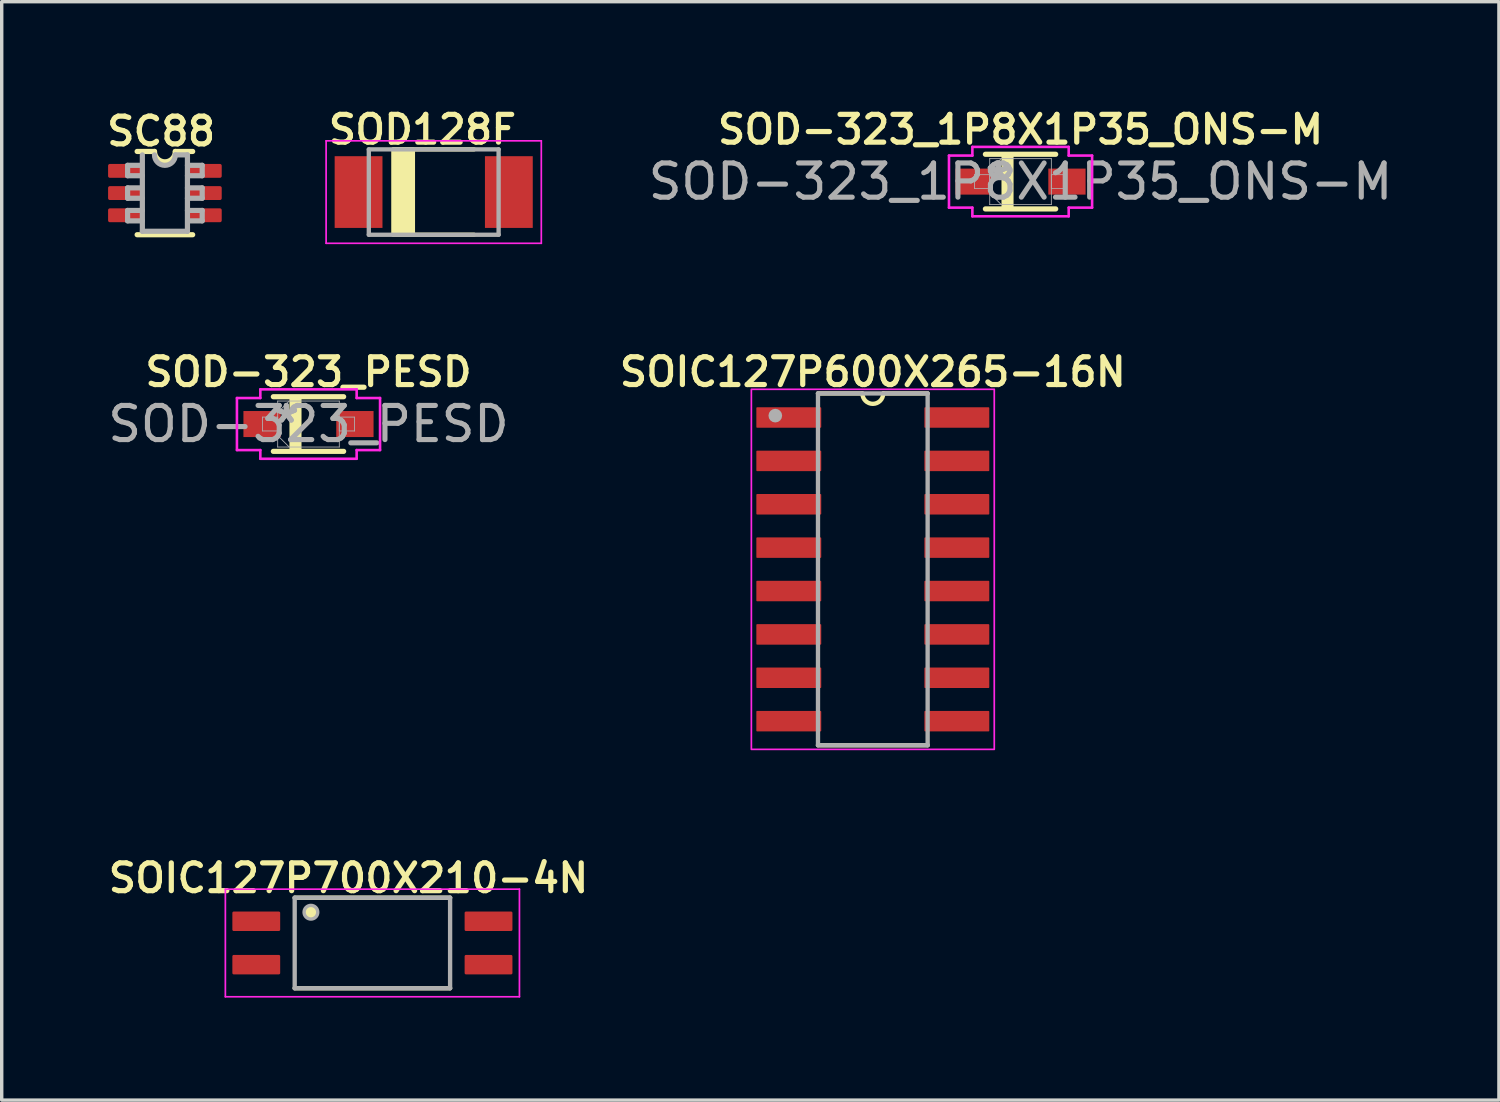
<source format=kicad_pcb>
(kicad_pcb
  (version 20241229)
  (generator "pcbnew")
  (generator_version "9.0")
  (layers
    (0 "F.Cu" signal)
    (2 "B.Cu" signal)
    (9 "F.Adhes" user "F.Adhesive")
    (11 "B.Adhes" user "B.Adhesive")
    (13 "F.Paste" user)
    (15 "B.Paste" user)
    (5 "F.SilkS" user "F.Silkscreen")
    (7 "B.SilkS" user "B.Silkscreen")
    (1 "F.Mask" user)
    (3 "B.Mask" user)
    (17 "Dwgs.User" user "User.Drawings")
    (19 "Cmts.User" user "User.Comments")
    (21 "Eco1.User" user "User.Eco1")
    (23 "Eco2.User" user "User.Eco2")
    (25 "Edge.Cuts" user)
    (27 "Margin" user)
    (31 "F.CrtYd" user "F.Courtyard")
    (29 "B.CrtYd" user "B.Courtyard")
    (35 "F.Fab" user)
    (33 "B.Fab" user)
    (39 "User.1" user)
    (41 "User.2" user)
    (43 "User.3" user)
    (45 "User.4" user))
  (footprint "SC88"
    (layer "F.Cu")
    (at 1.778 2.603)
    (property "Reference" "SC88" (at -1.778 -1.333 0) (layer "F.SilkS") (effects (font (size 0.813 0.813) (thickness 0.152) (bold yes)) (justify left bottom)))
    (attr smd)
    (fp_line (start -0.813 1.219) (end 0.813 1.219) (stroke (width 0.152) (type solid)) (layer "F.SilkS"))
    (fp_line (start -0.305 -1.219) (end -0.813 -1.219) (stroke (width 0.152) (type solid)) (layer "F.SilkS"))
    (fp_line (start 0.813 -1.219) (end 0.305 -1.219) (stroke (width 0.152) (type solid)) (layer "F.SilkS"))
    (fp_arc (start 0.3048 -1.2192) (mid 0 -0.9144) (end -0.3048 -1.2192) (stroke (width 0.1524) (type solid)) (layer "F.SilkS"))
    (fp_line (start -1.092 -0.813) (end -1.092 -0.508) (stroke (width 0.152) (type solid)) (layer "F.Fab"))
    (fp_line (start -1.092 -0.508) (end -0.66 -0.508) (stroke (width 0.152) (type solid)) (layer "F.Fab"))
    (fp_line (start -1.092 -0.152) (end -1.092 0.152) (stroke (width 0.152) (type solid)) (layer "F.Fab"))
    (fp_line (start -1.092 0.152) (end -0.66 0.152) (stroke (width 0.152) (type solid)) (layer "F.Fab"))
    (fp_line (start -1.092 0.508) (end -1.092 0.813) (stroke (width 0.152) (type solid)) (layer "F.Fab"))
    (fp_line (start -1.092 0.813) (end -0.66 0.813) (stroke (width 0.152) (type solid)) (layer "F.Fab"))
    (fp_line (start -0.686 -0.813) (end -1.092 -0.813) (stroke (width 0.152) (type solid)) (layer "F.Fab"))
    (fp_line (start -0.686 -0.152) (end -1.092 -0.152) (stroke (width 0.152) (type solid)) (layer "F.Fab"))
    (fp_line (start -0.66 -1.118) (end -0.66 1.118) (stroke (width 0.152) (type solid)) (layer "F.Fab"))
    (fp_line (start -0.66 0.508) (end -1.092 0.508) (stroke (width 0.152) (type solid)) (layer "F.Fab"))
    (fp_line (start -0.66 1.118) (end 0.66 1.118) (stroke (width 0.152) (type solid)) (layer "F.Fab"))
    (fp_line (start 0.66 -1.118) (end 0.305 -1.118) (stroke (width 0.152) (type solid)) (layer "F.Fab"))
    (fp_line (start 0.66 -0.508) (end 1.092 -0.508) (stroke (width 0.152) (type solid)) (layer "F.Fab"))
    (fp_line (start 0.66 0.152) (end 1.092 0.152) (stroke (width 0.152) (type solid)) (layer "F.Fab"))
    (fp_line (start 0.66 1.118) (end 0.66 -1.118) (stroke (width 0.152) (type solid)) (layer "F.Fab"))
    (fp_line (start 0.686 0.813) (end 1.092 0.813) (stroke (width 0.152) (type solid)) (layer "F.Fab"))
    (fp_line (start 1.092 -0.813) (end 0.66 -0.813) (stroke (width 0.152) (type solid)) (layer "F.Fab"))
    (fp_line (start 1.092 -0.508) (end 1.092 -0.813) (stroke (width 0.152) (type solid)) (layer "F.Fab"))
    (fp_line (start 1.092 -0.152) (end 0.66 -0.152) (stroke (width 0.152) (type solid)) (layer "F.Fab"))
    (fp_line (start 1.092 0.152) (end 1.092 -0.152) (stroke (width 0.152) (type solid)) (layer "F.Fab"))
    (fp_line (start 1.092 0.508) (end 0.66 0.508) (stroke (width 0.152) (type solid)) (layer "F.Fab"))
    (fp_line (start 1.092 0.813) (end 1.092 0.508) (stroke (width 0.152) (type solid)) (layer "F.Fab"))
    (fp_arc (start 0.3048 -1.1176) (mid 0 -0.8128) (end -0.3048 -1.1176) (stroke (width 0.1524) (type solid)) (layer "F.Fab"))
    (pad "1" smd roundrect (at -1.168 -0.65) (size 0.991 0.406) (layers "F.Cu" "F.Mask" "F.Paste") (roundrect_rratio 0.125))
    (pad "2" smd roundrect (at -1.168 0) (size 0.991 0.406) (layers "F.Cu" "F.Mask" "F.Paste") (roundrect_rratio 0.125))
    (pad "3" smd roundrect (at -1.168 0.65) (size 0.991 0.406) (layers "F.Cu" "F.Mask" "F.Paste") (roundrect_rratio 0.125))
    (pad "4" smd roundrect (at 1.168 0.65) (size 0.991 0.406) (layers "F.Cu" "F.Mask" "F.Paste") (roundrect_rratio 0.125))
    (pad "5" smd roundrect (at 1.168 0) (size 0.991 0.406) (layers "F.Cu" "F.Mask" "F.Paste") (roundrect_rratio 0.125))
    (pad "6" smd roundrect (at 1.168 -0.65) (size 0.991 0.406) (layers "F.Cu" "F.Mask" "F.Paste") (roundrect_rratio 0.125)))
  (footprint "SOIC127P600X265-16N"
    (layer "F.Cu")
    (at 22.504 13.619)
    (property "Reference" "SOIC127P600X265-16N" (at 0 -5.779 0) (layer "F.SilkS") (effects (font (size 0.813 0.813) (thickness 0.152) (bold yes))))
    (attr smd)
    (fp_line (start -1.605 -5.15) (end -0.305 -5.15) (stroke (width 0.127) (type solid)) (layer "F.SilkS"))
    (fp_line (start -1.605 5.15) (end 1.605 5.15) (stroke (width 0.127) (type solid)) (layer "F.SilkS"))
    (fp_line (start 1.605 -5.15) (end 0.305 -5.15) (stroke (width 0.127) (type solid)) (layer "F.SilkS"))
    (fp_arc (start 0.3048 -5.15) (mid 0 -4.8452) (end -0.3048 -5.15) (stroke (width 0.127) (type solid)) (layer "F.SilkS"))
    (fp_rect (start -3.556 -5.271) (end 3.556 5.271) (stroke (width 0.05) (type default)) (fill no) (layer "F.CrtYd"))
    (fp_line (start -1.605 -5.15) (end -1.605 5.15) (stroke (width 0.127) (type solid)) (layer "F.Fab"))
    (fp_line (start -1.605 5.15) (end 1.605 5.15) (stroke (width 0.127) (type solid)) (layer "F.Fab"))
    (fp_line (start 1.605 -5.15) (end -1.605 -5.15) (stroke (width 0.127) (type solid)) (layer "F.Fab"))
    (fp_line (start 1.605 5.15) (end 1.605 -5.15) (stroke (width 0.127) (type solid)) (layer "F.Fab"))
    (fp_circle (center -2.855 -4.5) (end -2.755 -4.5) (stroke (width 0.2) (type solid)) (fill no) (layer "F.Fab"))
    (pad "1" smd roundrect (at -2.46 -4.445) (size 1.9 0.6) (layers "F.Cu" "F.Mask" "F.Paste") (roundrect_rratio 0.04))
    (pad "2" smd roundrect (at -2.46 -3.175) (size 1.9 0.6) (layers "F.Cu" "F.Mask" "F.Paste") (roundrect_rratio 0.04))
    (pad "3" smd roundrect (at -2.46 -1.905) (size 1.9 0.6) (layers "F.Cu" "F.Mask" "F.Paste") (roundrect_rratio 0.04))
    (pad "4" smd roundrect (at -2.46 -0.635) (size 1.9 0.6) (layers "F.Cu" "F.Mask" "F.Paste") (roundrect_rratio 0.04))
    (pad "5" smd roundrect (at -2.46 0.635) (size 1.9 0.6) (layers "F.Cu" "F.Mask" "F.Paste") (roundrect_rratio 0.04))
    (pad "6" smd roundrect (at -2.46 1.905) (size 1.9 0.6) (layers "F.Cu" "F.Mask" "F.Paste") (roundrect_rratio 0.04))
    (pad "7" smd roundrect (at -2.46 3.175) (size 1.9 0.6) (layers "F.Cu" "F.Mask" "F.Paste") (roundrect_rratio 0.04))
    (pad "8" smd roundrect (at -2.46 4.445) (size 1.9 0.6) (layers "F.Cu" "F.Mask" "F.Paste") (roundrect_rratio 0.04))
    (pad "9" smd roundrect (at 2.46 4.445) (size 1.9 0.6) (layers "F.Cu" "F.Mask" "F.Paste") (roundrect_rratio 0.04))
    (pad "10" smd roundrect (at 2.46 3.175) (size 1.9 0.6) (layers "F.Cu" "F.Mask" "F.Paste") (roundrect_rratio 0.04))
    (pad "11" smd roundrect (at 2.46 1.905) (size 1.9 0.6) (layers "F.Cu" "F.Mask" "F.Paste") (roundrect_rratio 0.04))
    (pad "12" smd roundrect (at 2.46 0.635) (size 1.9 0.6) (layers "F.Cu" "F.Mask" "F.Paste") (roundrect_rratio 0.04))
    (pad "13" smd roundrect (at 2.46 -0.635) (size 1.9 0.6) (layers "F.Cu" "F.Mask" "F.Paste") (roundrect_rratio 0.04))
    (pad "14" smd roundrect (at 2.46 -1.905) (size 1.9 0.6) (layers "F.Cu" "F.Mask" "F.Paste") (roundrect_rratio 0.04))
    (pad "15" smd roundrect (at 2.46 -3.175) (size 1.9 0.6) (layers "F.Cu" "F.Mask" "F.Paste") (roundrect_rratio 0.04))
    (pad "16" smd roundrect (at 2.46 -4.445) (size 1.9 0.6) (layers "F.Cu" "F.Mask" "F.Paste") (roundrect_rratio 0.04)))
  (footprint "SOD-323_PESD"
    (layer "F.Cu")
    (at 5.982 9.365)
    (property "Reference" "SOD-323_PESD" (at 0 -1.524 0) (unlocked yes) (layer "F.SilkS") (effects (font (size 0.813 0.813) (thickness 0.152))))
    (attr smd)
    (fp_line (start -1.029 0.8) (end 1.029 0.8) (stroke (width 0.152) (type solid)) (layer "F.SilkS"))
    (fp_line (start 1.029 -0.8) (end -1.029 -0.8) (stroke (width 0.152) (type solid)) (layer "F.SilkS"))
    (fp_rect (start -0.508 -0.762) (end -0.254 0.762) (stroke (width 0.1) (type solid)) (fill yes) (layer "F.SilkS"))
    (fp_line (start -2.095 -0.762) (end -1.41 -0.762) (stroke (width 0.076) (type solid)) (layer "F.CrtYd"))
    (fp_line (start -2.095 0.762) (end -2.095 -0.762) (stroke (width 0.076) (type solid)) (layer "F.CrtYd"))
    (fp_line (start -1.41 -1.016) (end 1.41 -1.016) (stroke (width 0.076) (type solid)) (layer "F.CrtYd"))
    (fp_line (start -1.41 -0.762) (end -1.41 -1.016) (stroke (width 0.076) (type solid)) (layer "F.CrtYd"))
    (fp_line (start -1.41 0.762) (end -2.095 0.762) (stroke (width 0.076) (type solid)) (layer "F.CrtYd"))
    (fp_line (start -1.41 1.016) (end -1.41 0.762) (stroke (width 0.076) (type solid)) (layer "F.CrtYd"))
    (fp_line (start 1.41 -1.016) (end 1.41 -0.762) (stroke (width 0.076) (type solid)) (layer "F.CrtYd"))
    (fp_line (start 1.41 -0.762) (end 2.095 -0.762) (stroke (width 0.076) (type solid)) (layer "F.CrtYd"))
    (fp_line (start 1.41 0.762) (end 1.41 1.016) (stroke (width 0.076) (type solid)) (layer "F.CrtYd"))
    (fp_line (start 1.41 1.016) (end -1.41 1.016) (stroke (width 0.076) (type solid)) (layer "F.CrtYd"))
    (fp_line (start 2.095 -0.762) (end 2.095 0.762) (stroke (width 0.076) (type solid)) (layer "F.CrtYd"))
    (fp_line (start 2.095 0.762) (end 1.41 0.762) (stroke (width 0.076) (type solid)) (layer "F.CrtYd"))
    (fp_line (start -1.346 -0.203) (end -1.346 0.203) (stroke (width 0.025) (type solid)) (layer "F.Fab"))
    (fp_line (start -1.346 0.203) (end -0.902 0.203) (stroke (width 0.025) (type solid)) (layer "F.Fab"))
    (fp_line (start -0.902 -0.673) (end -0.902 0.673) (stroke (width 0.025) (type solid)) (layer "F.Fab"))
    (fp_line (start -0.902 -0.337) (end -0.565 -0.673) (stroke (width 0.025) (type solid)) (layer "F.Fab"))
    (fp_line (start -0.902 -0.203) (end -1.346 -0.203) (stroke (width 0.025) (type solid)) (layer "F.Fab"))
    (fp_line (start -0.902 0.203) (end -0.902 -0.203) (stroke (width 0.025) (type solid)) (layer "F.Fab"))
    (fp_line (start -0.902 0.337) (end -0.565 0.673) (stroke (width 0.025) (type solid)) (layer "F.Fab"))
    (fp_line (start -0.902 0.673) (end 0.902 0.673) (stroke (width 0.025) (type solid)) (layer "F.Fab"))
    (fp_line (start 0.902 -0.673) (end -0.902 -0.673) (stroke (width 0.025) (type solid)) (layer "F.Fab"))
    (fp_line (start 0.902 -0.203) (end 0.902 0.203) (stroke (width 0.025) (type solid)) (layer "F.Fab"))
    (fp_line (start 0.902 0.203) (end 1.346 0.203) (stroke (width 0.025) (type solid)) (layer "F.Fab"))
    (fp_line (start 0.902 0.673) (end 0.902 -0.673) (stroke (width 0.025) (type solid)) (layer "F.Fab"))
    (fp_line (start 1.346 -0.203) (end 0.902 -0.203) (stroke (width 0.025) (type solid)) (layer "F.Fab"))
    (fp_line (start 1.346 0.203) (end 1.346 -0.203) (stroke (width 0.025) (type solid)) (layer "F.Fab"))
    (fp_text user "${REFERENCE}" (at 0 0 0) (unlocked yes) (layer "F.Fab") (effects (font (size 1 1) (thickness 0.15))))
    (fp_text user "*" (at -0.648 0 0) (unlocked yes) (layer "F.Fab") (effects (font (size 1 1) (thickness 0.15))))
    (fp_text user "*" (at -0.648 0 0) (layer "F.Fab") (effects (font (size 1 1) (thickness 0.15))))
    (pad "C1" smd rect (at -1.359 0) (size 1.092 0.762) (layers "F.Cu" "F.Mask" "F.Paste"))
    (pad "C2" smd rect (at 1.359 0) (size 1.092 0.762) (layers "F.Cu" "F.Mask" "F.Paste")))
  (footprint "SOD128F"
    (layer "F.Cu")
    (at 9.648 2.573)
    (property "Reference" "SOD128F" (at -0.33 -1.83 0) (layer "F.SilkS") (effects (font (size 0.813 0.813) (thickness 0.152) (bold yes))))
    (attr smd)
    (fp_line (start -1.18 -1.25) (end 1.18 -1.25) (stroke (width 0.127) (type solid)) (layer "F.SilkS"))
    (fp_line (start 1.18 1.25) (end -1.18 1.25) (stroke (width 0.127) (type solid)) (layer "F.SilkS"))
    (fp_rect (start -1.18 -1.25) (end -0.61 1.25) (stroke (width 0.127) (type solid)) (fill yes) (layer "F.SilkS"))
    (fp_poly (pts (xy -2.8 -0.95) (xy -1.6 -0.95) (xy -1.6 0.95) (xy -2.8 0.95)) (stroke (width 0.01) (type solid)) (fill yes) (layer "F.Paste"))
    (fp_poly (pts (xy 1.6 -0.95) (xy 2.8 -0.95) (xy 2.8 0.95) (xy 1.6 0.95)) (stroke (width 0.01) (type solid)) (fill yes) (layer "F.Paste"))
    (fp_line (start -3.15 -1.5) (end 3.15 -1.5) (stroke (width 0.05) (type solid)) (layer "F.CrtYd"))
    (fp_line (start -3.15 1.5) (end -3.15 -1.5) (stroke (width 0.05) (type solid)) (layer "F.CrtYd"))
    (fp_line (start 3.15 -1.5) (end 3.15 1.5) (stroke (width 0.05) (type solid)) (layer "F.CrtYd"))
    (fp_line (start 3.15 1.5) (end -3.15 1.5) (stroke (width 0.05) (type solid)) (layer "F.CrtYd"))
    (fp_line (start -1.9 -1.25) (end 1.9 -1.25) (stroke (width 0.127) (type solid)) (layer "F.Fab"))
    (fp_line (start -1.9 1.25) (end -1.9 -1.25) (stroke (width 0.127) (type solid)) (layer "F.Fab"))
    (fp_line (start 1.9 -1.25) (end 1.9 1.25) (stroke (width 0.127) (type solid)) (layer "F.Fab"))
    (fp_line (start 1.9 1.25) (end -1.9 1.25) (stroke (width 0.127) (type solid)) (layer "F.Fab"))
    (pad "A" smd rect (at 2.2 0) (size 1.4 2.1) (layers "F.Cu" "F.Mask"))
    (pad "C" smd rect (at -2.2 0) (size 1.4 2.1) (layers "F.Cu" "F.Mask")))
  (footprint "SOIC127P700X210-4N"
    (layer "F.Cu")
    (at 7.853 24.558)
    (property "Reference" "SOIC127P700X210-4N" (at -0.7 -1.9 0) (layer "F.SilkS") (effects (font (size 0.813 0.813) (thickness 0.152) (bold yes))))
    (attr smd)
    (fp_line (start -2.275 -1.325) (end 2.275 -1.325) (stroke (width 0.127) (type solid)) (layer "F.SilkS"))
    (fp_line (start -2.275 1.325) (end 2.275 1.325) (stroke (width 0.127) (type solid)) (layer "F.SilkS"))
    (fp_circle (center -1.8 -0.9) (end -1.6 -0.9) (stroke (width 0) (type solid)) (fill yes) (layer "F.SilkS"))
    (fp_line (start -4.305 -1.575) (end -4.305 1.575) (stroke (width 0.05) (type solid)) (layer "F.CrtYd"))
    (fp_line (start -4.305 -1.575) (end 4.305 -1.575) (stroke (width 0.05) (type solid)) (layer "F.CrtYd"))
    (fp_line (start -4.305 1.575) (end 4.305 1.575) (stroke (width 0.05) (type solid)) (layer "F.CrtYd"))
    (fp_line (start 4.305 -1.575) (end 4.305 1.575) (stroke (width 0.05) (type solid)) (layer "F.CrtYd"))
    (fp_line (start -2.275 -1.325) (end -2.275 1.325) (stroke (width 0.127) (type solid)) (layer "F.Fab"))
    (fp_line (start -2.275 -1.325) (end 2.275 -1.325) (stroke (width 0.127) (type solid)) (layer "F.Fab"))
    (fp_line (start -2.275 1.325) (end 2.275 1.325) (stroke (width 0.127) (type solid)) (layer "F.Fab"))
    (fp_line (start 2.275 -1.325) (end 2.275 1.325) (stroke (width 0.127) (type solid)) (layer "F.Fab"))
    (fp_circle (center -1.8 -0.9) (end -1.6 -0.9) (stroke (width 0.1) (type solid)) (fill no) (layer "F.Fab"))
    (pad "1" smd roundrect (at -3.4 -0.635) (size 1.4 0.57) (layers "F.Cu" "F.Mask" "F.Paste") (roundrect_rratio 0.07))
    (pad "2" smd roundrect (at -3.4 0.635) (size 1.4 0.57) (layers "F.Cu" "F.Mask" "F.Paste") (roundrect_rratio 0.07))
    (pad "3" smd roundrect (at 3.4 0.635) (size 1.4 0.57) (layers "F.Cu" "F.Mask" "F.Paste") (roundrect_rratio 0.07))
    (pad "4" smd roundrect (at 3.4 -0.635) (size 1.4 0.57) (layers "F.Cu" "F.Mask" "F.Paste") (roundrect_rratio 0.07)))
  (footprint "SOD-323_1P8X1P35_ONS-M"
    (layer "F.Cu")
    (at 26.829 2.267)
    (property "Reference" "SOD-323_1P8X1P35_ONS-M" (at 0 -1.524 0) (unlocked yes) (layer "F.SilkS") (effects (font (size 0.813 0.813) (thickness 0.152))))
    (attr smd)
    (fp_line (start -1.029 0.8) (end 1.029 0.8) (stroke (width 0.152) (type solid)) (layer "F.SilkS"))
    (fp_line (start 1.029 -0.8) (end -1.029 -0.8) (stroke (width 0.152) (type solid)) (layer "F.SilkS"))
    (fp_rect (start -0.508 -0.762) (end -0.254 0.762) (stroke (width 0.1) (type solid)) (fill yes) (layer "F.SilkS"))
    (fp_line (start -2.095 -0.762) (end -1.41 -0.762) (stroke (width 0.076) (type solid)) (layer "F.CrtYd"))
    (fp_line (start -2.095 0.762) (end -2.095 -0.762) (stroke (width 0.076) (type solid)) (layer "F.CrtYd"))
    (fp_line (start -1.41 -1.016) (end 1.41 -1.016) (stroke (width 0.076) (type solid)) (layer "F.CrtYd"))
    (fp_line (start -1.41 -0.762) (end -1.41 -1.016) (stroke (width 0.076) (type solid)) (layer "F.CrtYd"))
    (fp_line (start -1.41 0.762) (end -2.095 0.762) (stroke (width 0.076) (type solid)) (layer "F.CrtYd"))
    (fp_line (start -1.41 1.016) (end -1.41 0.762) (stroke (width 0.076) (type solid)) (layer "F.CrtYd"))
    (fp_line (start 1.41 -1.016) (end 1.41 -0.762) (stroke (width 0.076) (type solid)) (layer "F.CrtYd"))
    (fp_line (start 1.41 -0.762) (end 2.095 -0.762) (stroke (width 0.076) (type solid)) (layer "F.CrtYd"))
    (fp_line (start 1.41 0.762) (end 1.41 1.016) (stroke (width 0.076) (type solid)) (layer "F.CrtYd"))
    (fp_line (start 1.41 1.016) (end -1.41 1.016) (stroke (width 0.076) (type solid)) (layer "F.CrtYd"))
    (fp_line (start 2.095 -0.762) (end 2.095 0.762) (stroke (width 0.076) (type solid)) (layer "F.CrtYd"))
    (fp_line (start 2.095 0.762) (end 1.41 0.762) (stroke (width 0.076) (type solid)) (layer "F.CrtYd"))
    (fp_line (start -1.346 -0.203) (end -1.346 0.203) (stroke (width 0.025) (type solid)) (layer "F.Fab"))
    (fp_line (start -1.346 0.203) (end -0.902 0.203) (stroke (width 0.025) (type solid)) (layer "F.Fab"))
    (fp_line (start -0.902 -0.673) (end -0.902 0.673) (stroke (width 0.025) (type solid)) (layer "F.Fab"))
    (fp_line (start -0.902 -0.337) (end -0.565 -0.673) (stroke (width 0.025) (type solid)) (layer "F.Fab"))
    (fp_line (start -0.902 -0.203) (end -1.346 -0.203) (stroke (width 0.025) (type solid)) (layer "F.Fab"))
    (fp_line (start -0.902 0.203) (end -0.902 -0.203) (stroke (width 0.025) (type solid)) (layer "F.Fab"))
    (fp_line (start -0.902 0.337) (end -0.565 0.673) (stroke (width 0.025) (type solid)) (layer "F.Fab"))
    (fp_line (start -0.902 0.673) (end 0.902 0.673) (stroke (width 0.025) (type solid)) (layer "F.Fab"))
    (fp_line (start 0.902 -0.673) (end -0.902 -0.673) (stroke (width 0.025) (type solid)) (layer "F.Fab"))
    (fp_line (start 0.902 -0.203) (end 0.902 0.203) (stroke (width 0.025) (type solid)) (layer "F.Fab"))
    (fp_line (start 0.902 0.203) (end 1.346 0.203) (stroke (width 0.025) (type solid)) (layer "F.Fab"))
    (fp_line (start 0.902 0.673) (end 0.902 -0.673) (stroke (width 0.025) (type solid)) (layer "F.Fab"))
    (fp_line (start 1.346 -0.203) (end 0.902 -0.203) (stroke (width 0.025) (type solid)) (layer "F.Fab"))
    (fp_line (start 1.346 0.203) (end 1.346 -0.203) (stroke (width 0.025) (type solid)) (layer "F.Fab"))
    (fp_text user "*" (at -0.648 0 0) (layer "F.Fab") (effects (font (size 1 1) (thickness 0.15))))
    (fp_text user "${REFERENCE}" (at 0 0 0) (unlocked yes) (layer "F.Fab") (effects (font (size 1 1) (thickness 0.15))))
    (fp_text user "*" (at -0.648 0 0) (unlocked yes) (layer "F.Fab") (effects (font (size 1 1) (thickness 0.15))))
    (pad "A" smd rect (at 1.359 0) (size 1.092 0.762) (layers "F.Cu" "F.Mask" "F.Paste"))
    (pad "C" smd rect (at -1.359 0) (size 1.092 0.762) (layers "F.Cu" "F.Mask" "F.Paste")))
  (gr_rect
    (start -3 -3)
    (end 40.835 29.158)
    (stroke (width 0.1) (type default))
    (fill no)
    (layer "Edge.Cuts")))
</source>
